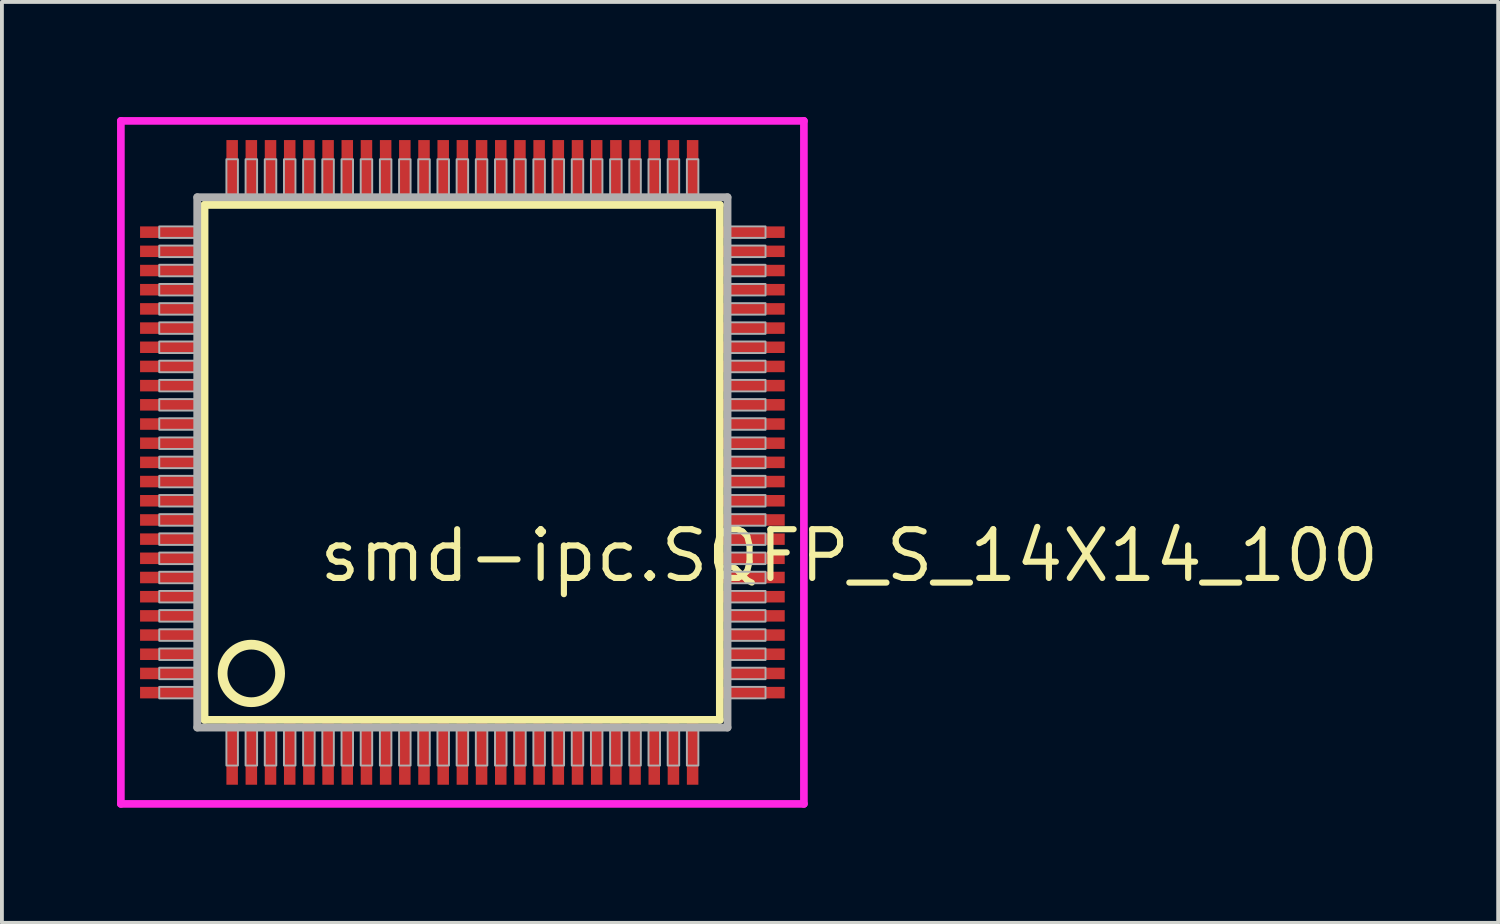
<source format=kicad_pcb>
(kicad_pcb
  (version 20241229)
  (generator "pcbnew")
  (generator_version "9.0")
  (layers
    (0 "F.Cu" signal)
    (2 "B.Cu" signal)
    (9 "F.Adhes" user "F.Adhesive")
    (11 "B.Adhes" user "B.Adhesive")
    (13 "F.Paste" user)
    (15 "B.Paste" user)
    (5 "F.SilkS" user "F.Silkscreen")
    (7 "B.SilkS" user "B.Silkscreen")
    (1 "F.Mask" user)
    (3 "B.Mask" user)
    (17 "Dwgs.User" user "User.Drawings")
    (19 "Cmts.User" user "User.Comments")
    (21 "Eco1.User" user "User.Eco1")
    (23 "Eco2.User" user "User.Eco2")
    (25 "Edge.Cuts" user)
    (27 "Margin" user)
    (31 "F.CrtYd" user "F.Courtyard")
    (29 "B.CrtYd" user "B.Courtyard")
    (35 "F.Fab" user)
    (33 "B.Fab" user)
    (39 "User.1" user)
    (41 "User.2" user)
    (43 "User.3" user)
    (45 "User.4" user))
  (footprint "smd-ipc.SQFP_S_14X14_100"
    (layer "F.Cu")
    (at 9 9)
    (property "Reference" "smd-ipc.SQFP_S_14X14_100" (at -3.81 3.175 0) (layer "F.SilkS") (effects (font (size 1.27 1.27) (thickness 0.16)) (justify left bottom)))
    (attr smd)
    (fp_line (start -6.72 -6.71) (end 6.71 -6.71) (stroke (width 0.203) (type default)) (layer "F.SilkS"))
    (fp_line (start -6.72 6.71) (end -6.72 -6.71) (stroke (width 0.203) (type default)) (layer "F.SilkS"))
    (fp_line (start 6.71 -6.71) (end 6.71 6.71) (stroke (width 0.203) (type default)) (layer "F.SilkS"))
    (fp_line (start 6.71 6.71) (end -6.72 6.71) (stroke (width 0.203) (type default)) (layer "F.SilkS"))
    (fp_circle (center -5.5 5.5) (end -4.75 5.5) (stroke (width 0.254) (type default)) (fill no) (layer "F.SilkS"))
    (fp_line (start -8.9 -8.9) (end 8.9 -8.9) (stroke (width 0.2) (type default)) (layer "F.CrtYd"))
    (fp_line (start -8.9 8.9) (end -8.9 -8.9) (stroke (width 0.2) (type default)) (layer "F.CrtYd"))
    (fp_line (start 8.9 -8.9) (end 8.9 8.9) (stroke (width 0.2) (type default)) (layer "F.CrtYd"))
    (fp_line (start 8.9 8.9) (end -8.9 8.9) (stroke (width 0.2) (type default)) (layer "F.CrtYd"))
    (fp_line (start -6.91 -6.91) (end -6.91 6.91) (stroke (width 0.203) (type default)) (layer "F.Fab"))
    (fp_line (start -6.91 6.91) (end 6.91 6.91) (stroke (width 0.203) (type default)) (layer "F.Fab"))
    (fp_line (start 6.91 -6.91) (end -6.91 -6.91) (stroke (width 0.203) (type default)) (layer "F.Fab"))
    (fp_line (start 6.91 6.91) (end 6.91 -6.91) (stroke (width 0.203) (type default)) (layer "F.Fab"))
    (fp_rect (start -7.9 -5.85) (end -6.95 -6.15) (stroke (width 0.05) (type default)) (fill no) (layer "F.Fab"))
    (fp_rect (start -7.9 -5.35) (end -6.95 -5.65) (stroke (width 0.05) (type default)) (fill no) (layer "F.Fab"))
    (fp_rect (start -7.9 -4.85) (end -6.95 -5.15) (stroke (width 0.05) (type default)) (fill no) (layer "F.Fab"))
    (fp_rect (start -7.9 -4.35) (end -6.95 -4.65) (stroke (width 0.05) (type default)) (fill no) (layer "F.Fab"))
    (fp_rect (start -7.9 -3.85) (end -6.95 -4.15) (stroke (width 0.05) (type default)) (fill no) (layer "F.Fab"))
    (fp_rect (start -7.9 -3.35) (end -6.95 -3.65) (stroke (width 0.05) (type default)) (fill no) (layer "F.Fab"))
    (fp_rect (start -7.9 -2.85) (end -6.95 -3.15) (stroke (width 0.05) (type default)) (fill no) (layer "F.Fab"))
    (fp_rect (start -7.9 -2.35) (end -6.95 -2.65) (stroke (width 0.05) (type default)) (fill no) (layer "F.Fab"))
    (fp_rect (start -7.9 -1.85) (end -6.95 -2.15) (stroke (width 0.05) (type default)) (fill no) (layer "F.Fab"))
    (fp_rect (start -7.9 -1.35) (end -6.95 -1.65) (stroke (width 0.05) (type default)) (fill no) (layer "F.Fab"))
    (fp_rect (start -7.9 -0.85) (end -6.95 -1.15) (stroke (width 0.05) (type default)) (fill no) (layer "F.Fab"))
    (fp_rect (start -7.9 -0.35) (end -6.95 -0.65) (stroke (width 0.05) (type default)) (fill no) (layer "F.Fab"))
    (fp_rect (start -7.9 0.15) (end -6.95 -0.15) (stroke (width 0.05) (type default)) (fill no) (layer "F.Fab"))
    (fp_rect (start -7.9 0.65) (end -6.95 0.35) (stroke (width 0.05) (type default)) (fill no) (layer "F.Fab"))
    (fp_rect (start -7.9 1.15) (end -6.95 0.85) (stroke (width 0.05) (type default)) (fill no) (layer "F.Fab"))
    (fp_rect (start -7.9 1.65) (end -6.95 1.35) (stroke (width 0.05) (type default)) (fill no) (layer "F.Fab"))
    (fp_rect (start -7.9 2.15) (end -6.95 1.85) (stroke (width 0.05) (type default)) (fill no) (layer "F.Fab"))
    (fp_rect (start -7.9 2.65) (end -6.95 2.35) (stroke (width 0.05) (type default)) (fill no) (layer "F.Fab"))
    (fp_rect (start -7.9 3.15) (end -6.95 2.85) (stroke (width 0.05) (type default)) (fill no) (layer "F.Fab"))
    (fp_rect (start -7.9 3.65) (end -6.95 3.35) (stroke (width 0.05) (type default)) (fill no) (layer "F.Fab"))
    (fp_rect (start -7.9 4.15) (end -6.95 3.85) (stroke (width 0.05) (type default)) (fill no) (layer "F.Fab"))
    (fp_rect (start -7.9 4.65) (end -6.95 4.35) (stroke (width 0.05) (type default)) (fill no) (layer "F.Fab"))
    (fp_rect (start -7.9 5.15) (end -6.95 4.85) (stroke (width 0.05) (type default)) (fill no) (layer "F.Fab"))
    (fp_rect (start -7.9 5.65) (end -6.95 5.35) (stroke (width 0.05) (type default)) (fill no) (layer "F.Fab"))
    (fp_rect (start -7.9 6.15) (end -6.95 5.85) (stroke (width 0.05) (type default)) (fill no) (layer "F.Fab"))
    (fp_rect (start -6.15 -6.95) (end -5.85 -7.9) (stroke (width 0.05) (type default)) (fill no) (layer "F.Fab"))
    (fp_rect (start -6.15 7.9) (end -5.85 6.95) (stroke (width 0.05) (type default)) (fill no) (layer "F.Fab"))
    (fp_rect (start -5.65 -6.95) (end -5.35 -7.9) (stroke (width 0.05) (type default)) (fill no) (layer "F.Fab"))
    (fp_rect (start -5.65 7.9) (end -5.35 6.95) (stroke (width 0.05) (type default)) (fill no) (layer "F.Fab"))
    (fp_rect (start -5.15 -6.95) (end -4.85 -7.9) (stroke (width 0.05) (type default)) (fill no) (layer "F.Fab"))
    (fp_rect (start -5.15 7.9) (end -4.85 6.95) (stroke (width 0.05) (type default)) (fill no) (layer "F.Fab"))
    (fp_rect (start -4.65 -6.95) (end -4.35 -7.9) (stroke (width 0.05) (type default)) (fill no) (layer "F.Fab"))
    (fp_rect (start -4.65 7.9) (end -4.35 6.95) (stroke (width 0.05) (type default)) (fill no) (layer "F.Fab"))
    (fp_rect (start -4.15 -6.95) (end -3.85 -7.9) (stroke (width 0.05) (type default)) (fill no) (layer "F.Fab"))
    (fp_rect (start -4.15 7.9) (end -3.85 6.95) (stroke (width 0.05) (type default)) (fill no) (layer "F.Fab"))
    (fp_rect (start -3.65 -6.95) (end -3.35 -7.9) (stroke (width 0.05) (type default)) (fill no) (layer "F.Fab"))
    (fp_rect (start -3.65 7.9) (end -3.35 6.95) (stroke (width 0.05) (type default)) (fill no) (layer "F.Fab"))
    (fp_rect (start -3.15 -6.95) (end -2.85 -7.9) (stroke (width 0.05) (type default)) (fill no) (layer "F.Fab"))
    (fp_rect (start -3.15 7.9) (end -2.85 6.95) (stroke (width 0.05) (type default)) (fill no) (layer "F.Fab"))
    (fp_rect (start -2.65 -6.95) (end -2.35 -7.9) (stroke (width 0.05) (type default)) (fill no) (layer "F.Fab"))
    (fp_rect (start -2.65 7.9) (end -2.35 6.95) (stroke (width 0.05) (type default)) (fill no) (layer "F.Fab"))
    (fp_rect (start -2.15 -6.95) (end -1.85 -7.9) (stroke (width 0.05) (type default)) (fill no) (layer "F.Fab"))
    (fp_rect (start -2.15 7.9) (end -1.85 6.95) (stroke (width 0.05) (type default)) (fill no) (layer "F.Fab"))
    (fp_rect (start -1.65 -6.95) (end -1.35 -7.9) (stroke (width 0.05) (type default)) (fill no) (layer "F.Fab"))
    (fp_rect (start -1.65 7.9) (end -1.35 6.95) (stroke (width 0.05) (type default)) (fill no) (layer "F.Fab"))
    (fp_rect (start -1.15 -6.95) (end -0.85 -7.9) (stroke (width 0.05) (type default)) (fill no) (layer "F.Fab"))
    (fp_rect (start -1.15 7.9) (end -0.85 6.95) (stroke (width 0.05) (type default)) (fill no) (layer "F.Fab"))
    (fp_rect (start -0.65 -6.95) (end -0.35 -7.9) (stroke (width 0.05) (type default)) (fill no) (layer "F.Fab"))
    (fp_rect (start -0.65 7.9) (end -0.35 6.95) (stroke (width 0.05) (type default)) (fill no) (layer "F.Fab"))
    (fp_rect (start -0.15 -6.95) (end 0.15 -7.9) (stroke (width 0.05) (type default)) (fill no) (layer "F.Fab"))
    (fp_rect (start -0.15 7.9) (end 0.15 6.95) (stroke (width 0.05) (type default)) (fill no) (layer "F.Fab"))
    (fp_rect (start 0.35 -6.95) (end 0.65 -7.9) (stroke (width 0.05) (type default)) (fill no) (layer "F.Fab"))
    (fp_rect (start 0.35 7.9) (end 0.65 6.95) (stroke (width 0.05) (type default)) (fill no) (layer "F.Fab"))
    (fp_rect (start 0.85 -6.95) (end 1.15 -7.9) (stroke (width 0.05) (type default)) (fill no) (layer "F.Fab"))
    (fp_rect (start 0.85 7.9) (end 1.15 6.95) (stroke (width 0.05) (type default)) (fill no) (layer "F.Fab"))
    (fp_rect (start 1.35 -6.95) (end 1.65 -7.9) (stroke (width 0.05) (type default)) (fill no) (layer "F.Fab"))
    (fp_rect (start 1.35 7.9) (end 1.65 6.95) (stroke (width 0.05) (type default)) (fill no) (layer "F.Fab"))
    (fp_rect (start 1.85 -6.95) (end 2.15 -7.9) (stroke (width 0.05) (type default)) (fill no) (layer "F.Fab"))
    (fp_rect (start 1.85 7.9) (end 2.15 6.95) (stroke (width 0.05) (type default)) (fill no) (layer "F.Fab"))
    (fp_rect (start 2.35 -6.95) (end 2.65 -7.9) (stroke (width 0.05) (type default)) (fill no) (layer "F.Fab"))
    (fp_rect (start 2.35 7.9) (end 2.65 6.95) (stroke (width 0.05) (type default)) (fill no) (layer "F.Fab"))
    (fp_rect (start 2.85 -6.95) (end 3.15 -7.9) (stroke (width 0.05) (type default)) (fill no) (layer "F.Fab"))
    (fp_rect (start 2.85 7.9) (end 3.15 6.95) (stroke (width 0.05) (type default)) (fill no) (layer "F.Fab"))
    (fp_rect (start 3.35 -6.95) (end 3.65 -7.9) (stroke (width 0.05) (type default)) (fill no) (layer "F.Fab"))
    (fp_rect (start 3.35 7.9) (end 3.65 6.95) (stroke (width 0.05) (type default)) (fill no) (layer "F.Fab"))
    (fp_rect (start 3.85 -6.95) (end 4.15 -7.9) (stroke (width 0.05) (type default)) (fill no) (layer "F.Fab"))
    (fp_rect (start 3.85 7.9) (end 4.15 6.95) (stroke (width 0.05) (type default)) (fill no) (layer "F.Fab"))
    (fp_rect (start 4.35 -6.95) (end 4.65 -7.9) (stroke (width 0.05) (type default)) (fill no) (layer "F.Fab"))
    (fp_rect (start 4.35 7.9) (end 4.65 6.95) (stroke (width 0.05) (type default)) (fill no) (layer "F.Fab"))
    (fp_rect (start 4.85 -6.95) (end 5.15 -7.9) (stroke (width 0.05) (type default)) (fill no) (layer "F.Fab"))
    (fp_rect (start 4.85 7.9) (end 5.15 6.95) (stroke (width 0.05) (type default)) (fill no) (layer "F.Fab"))
    (fp_rect (start 5.35 -6.95) (end 5.65 -7.9) (stroke (width 0.05) (type default)) (fill no) (layer "F.Fab"))
    (fp_rect (start 5.35 7.9) (end 5.65 6.95) (stroke (width 0.05) (type default)) (fill no) (layer "F.Fab"))
    (fp_rect (start 5.85 -6.95) (end 6.15 -7.9) (stroke (width 0.05) (type default)) (fill no) (layer "F.Fab"))
    (fp_rect (start 5.85 7.9) (end 6.15 6.95) (stroke (width 0.05) (type default)) (fill no) (layer "F.Fab"))
    (fp_rect (start 6.95 -5.85) (end 7.9 -6.15) (stroke (width 0.05) (type default)) (fill no) (layer "F.Fab"))
    (fp_rect (start 6.95 -5.35) (end 7.9 -5.65) (stroke (width 0.05) (type default)) (fill no) (layer "F.Fab"))
    (fp_rect (start 6.95 -4.85) (end 7.9 -5.15) (stroke (width 0.05) (type default)) (fill no) (layer "F.Fab"))
    (fp_rect (start 6.95 -4.35) (end 7.9 -4.65) (stroke (width 0.05) (type default)) (fill no) (layer "F.Fab"))
    (fp_rect (start 6.95 -3.85) (end 7.9 -4.15) (stroke (width 0.05) (type default)) (fill no) (layer "F.Fab"))
    (fp_rect (start 6.95 -3.35) (end 7.9 -3.65) (stroke (width 0.05) (type default)) (fill no) (layer "F.Fab"))
    (fp_rect (start 6.95 -2.85) (end 7.9 -3.15) (stroke (width 0.05) (type default)) (fill no) (layer "F.Fab"))
    (fp_rect (start 6.95 -2.35) (end 7.9 -2.65) (stroke (width 0.05) (type default)) (fill no) (layer "F.Fab"))
    (fp_rect (start 6.95 -1.85) (end 7.9 -2.15) (stroke (width 0.05) (type default)) (fill no) (layer "F.Fab"))
    (fp_rect (start 6.95 -1.35) (end 7.9 -1.65) (stroke (width 0.05) (type default)) (fill no) (layer "F.Fab"))
    (fp_rect (start 6.95 -0.85) (end 7.9 -1.15) (stroke (width 0.05) (type default)) (fill no) (layer "F.Fab"))
    (fp_rect (start 6.95 -0.35) (end 7.9 -0.65) (stroke (width 0.05) (type default)) (fill no) (layer "F.Fab"))
    (fp_rect (start 6.95 0.15) (end 7.9 -0.15) (stroke (width 0.05) (type default)) (fill no) (layer "F.Fab"))
    (fp_rect (start 6.95 0.65) (end 7.9 0.35) (stroke (width 0.05) (type default)) (fill no) (layer "F.Fab"))
    (fp_rect (start 6.95 1.15) (end 7.9 0.85) (stroke (width 0.05) (type default)) (fill no) (layer "F.Fab"))
    (fp_rect (start 6.95 1.65) (end 7.9 1.35) (stroke (width 0.05) (type default)) (fill no) (layer "F.Fab"))
    (fp_rect (start 6.95 2.15) (end 7.9 1.85) (stroke (width 0.05) (type default)) (fill no) (layer "F.Fab"))
    (fp_rect (start 6.95 2.65) (end 7.9 2.35) (stroke (width 0.05) (type default)) (fill no) (layer "F.Fab"))
    (fp_rect (start 6.95 3.15) (end 7.9 2.85) (stroke (width 0.05) (type default)) (fill no) (layer "F.Fab"))
    (fp_rect (start 6.95 3.65) (end 7.9 3.35) (stroke (width 0.05) (type default)) (fill no) (layer "F.Fab"))
    (fp_rect (start 6.95 4.15) (end 7.9 3.85) (stroke (width 0.05) (type default)) (fill no) (layer "F.Fab"))
    (fp_rect (start 6.95 4.65) (end 7.9 4.35) (stroke (width 0.05) (type default)) (fill no) (layer "F.Fab"))
    (fp_rect (start 6.95 5.15) (end 7.9 4.85) (stroke (width 0.05) (type default)) (fill no) (layer "F.Fab"))
    (fp_rect (start 6.95 5.65) (end 7.9 5.35) (stroke (width 0.05) (type default)) (fill no) (layer "F.Fab"))
    (fp_rect (start 6.95 6.15) (end 7.9 5.85) (stroke (width 0.05) (type default)) (fill no) (layer "F.Fab"))
    (pad "1" smd roundrect (at -6 7.6) (size 0.3 1.6) (layers "F.Cu" "F.Mask" "F.Paste") (roundrect_rratio 0.01))
    (pad "2" smd roundrect (at -5.5 7.6) (size 0.3 1.6) (layers "F.Cu" "F.Mask" "F.Paste") (roundrect_rratio 0.01))
    (pad "3" smd roundrect (at -5 7.6) (size 0.3 1.6) (layers "F.Cu" "F.Mask" "F.Paste") (roundrect_rratio 0.01))
    (pad "4" smd roundrect (at -4.5 7.6) (size 0.3 1.6) (layers "F.Cu" "F.Mask" "F.Paste") (roundrect_rratio 0.01))
    (pad "5" smd roundrect (at -4 7.6) (size 0.3 1.6) (layers "F.Cu" "F.Mask" "F.Paste") (roundrect_rratio 0.01))
    (pad "6" smd roundrect (at -3.5 7.6) (size 0.3 1.6) (layers "F.Cu" "F.Mask" "F.Paste") (roundrect_rratio 0.01))
    (pad "7" smd roundrect (at -3 7.6) (size 0.3 1.6) (layers "F.Cu" "F.Mask" "F.Paste") (roundrect_rratio 0.01))
    (pad "8" smd roundrect (at -2.5 7.6) (size 0.3 1.6) (layers "F.Cu" "F.Mask" "F.Paste") (roundrect_rratio 0.01))
    (pad "9" smd roundrect (at -2 7.6) (size 0.3 1.6) (layers "F.Cu" "F.Mask" "F.Paste") (roundrect_rratio 0.01))
    (pad "10" smd roundrect (at -1.5 7.6) (size 0.3 1.6) (layers "F.Cu" "F.Mask" "F.Paste") (roundrect_rratio 0.01))
    (pad "11" smd roundrect (at -1 7.6) (size 0.3 1.6) (layers "F.Cu" "F.Mask" "F.Paste") (roundrect_rratio 0.01))
    (pad "12" smd roundrect (at -0.5 7.6) (size 0.3 1.6) (layers "F.Cu" "F.Mask" "F.Paste") (roundrect_rratio 0.01))
    (pad "13" smd roundrect (at 0 7.6) (size 0.3 1.6) (layers "F.Cu" "F.Mask" "F.Paste") (roundrect_rratio 0.01))
    (pad "14" smd roundrect (at 0.5 7.6) (size 0.3 1.6) (layers "F.Cu" "F.Mask" "F.Paste") (roundrect_rratio 0.01))
    (pad "15" smd roundrect (at 1 7.6) (size 0.3 1.6) (layers "F.Cu" "F.Mask" "F.Paste") (roundrect_rratio 0.01))
    (pad "16" smd roundrect (at 1.5 7.6) (size 0.3 1.6) (layers "F.Cu" "F.Mask" "F.Paste") (roundrect_rratio 0.01))
    (pad "17" smd roundrect (at 2 7.6) (size 0.3 1.6) (layers "F.Cu" "F.Mask" "F.Paste") (roundrect_rratio 0.01))
    (pad "18" smd roundrect (at 2.5 7.6) (size 0.3 1.6) (layers "F.Cu" "F.Mask" "F.Paste") (roundrect_rratio 0.01))
    (pad "19" smd roundrect (at 3 7.6) (size 0.3 1.6) (layers "F.Cu" "F.Mask" "F.Paste") (roundrect_rratio 0.01))
    (pad "20" smd roundrect (at 3.5 7.6) (size 0.3 1.6) (layers "F.Cu" "F.Mask" "F.Paste") (roundrect_rratio 0.01))
    (pad "21" smd roundrect (at 4 7.6) (size 0.3 1.6) (layers "F.Cu" "F.Mask" "F.Paste") (roundrect_rratio 0.01))
    (pad "22" smd roundrect (at 4.5 7.6) (size 0.3 1.6) (layers "F.Cu" "F.Mask" "F.Paste") (roundrect_rratio 0.01))
    (pad "23" smd roundrect (at 5 7.6) (size 0.3 1.6) (layers "F.Cu" "F.Mask" "F.Paste") (roundrect_rratio 0.01))
    (pad "24" smd roundrect (at 5.5 7.6) (size 0.3 1.6) (layers "F.Cu" "F.Mask" "F.Paste") (roundrect_rratio 0.01))
    (pad "25" smd roundrect (at 6 7.6) (size 0.3 1.6) (layers "F.Cu" "F.Mask" "F.Paste") (roundrect_rratio 0.01))
    (pad "26" smd roundrect (at 7.6 6) (size 1.6 0.3) (layers "F.Cu" "F.Mask" "F.Paste") (roundrect_rratio 0.01))
    (pad "27" smd roundrect (at 7.6 5.5) (size 1.6 0.3) (layers "F.Cu" "F.Mask" "F.Paste") (roundrect_rratio 0.01))
    (pad "28" smd roundrect (at 7.6 5) (size 1.6 0.3) (layers "F.Cu" "F.Mask" "F.Paste") (roundrect_rratio 0.01))
    (pad "29" smd roundrect (at 7.6 4.5) (size 1.6 0.3) (layers "F.Cu" "F.Mask" "F.Paste") (roundrect_rratio 0.01))
    (pad "30" smd roundrect (at 7.6 4) (size 1.6 0.3) (layers "F.Cu" "F.Mask" "F.Paste") (roundrect_rratio 0.01))
    (pad "31" smd roundrect (at 7.6 3.5) (size 1.6 0.3) (layers "F.Cu" "F.Mask" "F.Paste") (roundrect_rratio 0.01))
    (pad "32" smd roundrect (at 7.6 3) (size 1.6 0.3) (layers "F.Cu" "F.Mask" "F.Paste") (roundrect_rratio 0.01))
    (pad "33" smd roundrect (at 7.6 2.5) (size 1.6 0.3) (layers "F.Cu" "F.Mask" "F.Paste") (roundrect_rratio 0.01))
    (pad "34" smd roundrect (at 7.6 2) (size 1.6 0.3) (layers "F.Cu" "F.Mask" "F.Paste") (roundrect_rratio 0.01))
    (pad "35" smd roundrect (at 7.6 1.5) (size 1.6 0.3) (layers "F.Cu" "F.Mask" "F.Paste") (roundrect_rratio 0.01))
    (pad "36" smd roundrect (at 7.6 1) (size 1.6 0.3) (layers "F.Cu" "F.Mask" "F.Paste") (roundrect_rratio 0.01))
    (pad "37" smd roundrect (at 7.6 0.5) (size 1.6 0.3) (layers "F.Cu" "F.Mask" "F.Paste") (roundrect_rratio 0.01))
    (pad "38" smd roundrect (at 7.6 0) (size 1.6 0.3) (layers "F.Cu" "F.Mask" "F.Paste") (roundrect_rratio 0.01))
    (pad "39" smd roundrect (at 7.6 -0.5) (size 1.6 0.3) (layers "F.Cu" "F.Mask" "F.Paste") (roundrect_rratio 0.01))
    (pad "40" smd roundrect (at 7.6 -1) (size 1.6 0.3) (layers "F.Cu" "F.Mask" "F.Paste") (roundrect_rratio 0.01))
    (pad "41" smd roundrect (at 7.6 -1.5) (size 1.6 0.3) (layers "F.Cu" "F.Mask" "F.Paste") (roundrect_rratio 0.01))
    (pad "42" smd roundrect (at 7.6 -2) (size 1.6 0.3) (layers "F.Cu" "F.Mask" "F.Paste") (roundrect_rratio 0.01))
    (pad "43" smd roundrect (at 7.6 -2.5) (size 1.6 0.3) (layers "F.Cu" "F.Mask" "F.Paste") (roundrect_rratio 0.01))
    (pad "44" smd roundrect (at 7.6 -3) (size 1.6 0.3) (layers "F.Cu" "F.Mask" "F.Paste") (roundrect_rratio 0.01))
    (pad "45" smd roundrect (at 7.6 -3.5) (size 1.6 0.3) (layers "F.Cu" "F.Mask" "F.Paste") (roundrect_rratio 0.01))
    (pad "46" smd roundrect (at 7.6 -4) (size 1.6 0.3) (layers "F.Cu" "F.Mask" "F.Paste") (roundrect_rratio 0.01))
    (pad "47" smd roundrect (at 7.6 -4.5) (size 1.6 0.3) (layers "F.Cu" "F.Mask" "F.Paste") (roundrect_rratio 0.01))
    (pad "48" smd roundrect (at 7.6 -5) (size 1.6 0.3) (layers "F.Cu" "F.Mask" "F.Paste") (roundrect_rratio 0.01))
    (pad "49" smd roundrect (at 7.6 -5.5) (size 1.6 0.3) (layers "F.Cu" "F.Mask" "F.Paste") (roundrect_rratio 0.01))
    (pad "50" smd roundrect (at 7.6 -6) (size 1.6 0.3) (layers "F.Cu" "F.Mask" "F.Paste") (roundrect_rratio 0.01))
    (pad "51" smd roundrect (at 6 -7.6) (size 0.3 1.6) (layers "F.Cu" "F.Mask" "F.Paste") (roundrect_rratio 0.01))
    (pad "52" smd roundrect (at 5.5 -7.6) (size 0.3 1.6) (layers "F.Cu" "F.Mask" "F.Paste") (roundrect_rratio 0.01))
    (pad "53" smd roundrect (at 5 -7.6) (size 0.3 1.6) (layers "F.Cu" "F.Mask" "F.Paste") (roundrect_rratio 0.01))
    (pad "54" smd roundrect (at 4.5 -7.6) (size 0.3 1.6) (layers "F.Cu" "F.Mask" "F.Paste") (roundrect_rratio 0.01))
    (pad "55" smd roundrect (at 4 -7.6) (size 0.3 1.6) (layers "F.Cu" "F.Mask" "F.Paste") (roundrect_rratio 0.01))
    (pad "56" smd roundrect (at 3.5 -7.6) (size 0.3 1.6) (layers "F.Cu" "F.Mask" "F.Paste") (roundrect_rratio 0.01))
    (pad "57" smd roundrect (at 3 -7.6) (size 0.3 1.6) (layers "F.Cu" "F.Mask" "F.Paste") (roundrect_rratio 0.01))
    (pad "58" smd roundrect (at 2.5 -7.6) (size 0.3 1.6) (layers "F.Cu" "F.Mask" "F.Paste") (roundrect_rratio 0.01))
    (pad "59" smd roundrect (at 2 -7.6) (size 0.3 1.6) (layers "F.Cu" "F.Mask" "F.Paste") (roundrect_rratio 0.01))
    (pad "60" smd roundrect (at 1.5 -7.6) (size 0.3 1.6) (layers "F.Cu" "F.Mask" "F.Paste") (roundrect_rratio 0.01))
    (pad "61" smd roundrect (at 1 -7.6) (size 0.3 1.6) (layers "F.Cu" "F.Mask" "F.Paste") (roundrect_rratio 0.01))
    (pad "62" smd roundrect (at 0.5 -7.6) (size 0.3 1.6) (layers "F.Cu" "F.Mask" "F.Paste") (roundrect_rratio 0.01))
    (pad "63" smd roundrect (at 0 -7.6) (size 0.3 1.6) (layers "F.Cu" "F.Mask" "F.Paste") (roundrect_rratio 0.01))
    (pad "64" smd roundrect (at -0.5 -7.6) (size 0.3 1.6) (layers "F.Cu" "F.Mask" "F.Paste") (roundrect_rratio 0.01))
    (pad "65" smd roundrect (at -1 -7.6) (size 0.3 1.6) (layers "F.Cu" "F.Mask" "F.Paste") (roundrect_rratio 0.01))
    (pad "66" smd roundrect (at -1.5 -7.6) (size 0.3 1.6) (layers "F.Cu" "F.Mask" "F.Paste") (roundrect_rratio 0.01))
    (pad "67" smd roundrect (at -2 -7.6) (size 0.3 1.6) (layers "F.Cu" "F.Mask" "F.Paste") (roundrect_rratio 0.01))
    (pad "68" smd roundrect (at -2.5 -7.6) (size 0.3 1.6) (layers "F.Cu" "F.Mask" "F.Paste") (roundrect_rratio 0.01))
    (pad "69" smd roundrect (at -3 -7.6) (size 0.3 1.6) (layers "F.Cu" "F.Mask" "F.Paste") (roundrect_rratio 0.01))
    (pad "70" smd roundrect (at -3.5 -7.6) (size 0.3 1.6) (layers "F.Cu" "F.Mask" "F.Paste") (roundrect_rratio 0.01))
    (pad "71" smd roundrect (at -4 -7.6) (size 0.3 1.6) (layers "F.Cu" "F.Mask" "F.Paste") (roundrect_rratio 0.01))
    (pad "72" smd roundrect (at -4.5 -7.6) (size 0.3 1.6) (layers "F.Cu" "F.Mask" "F.Paste") (roundrect_rratio 0.01))
    (pad "73" smd roundrect (at -5 -7.6) (size 0.3 1.6) (layers "F.Cu" "F.Mask" "F.Paste") (roundrect_rratio 0.01))
    (pad "74" smd roundrect (at -5.5 -7.6) (size 0.3 1.6) (layers "F.Cu" "F.Mask" "F.Paste") (roundrect_rratio 0.01))
    (pad "75" smd roundrect (at -6 -7.6) (size 0.3 1.6) (layers "F.Cu" "F.Mask" "F.Paste") (roundrect_rratio 0.01))
    (pad "76" smd roundrect (at -7.6 -6) (size 1.6 0.3) (layers "F.Cu" "F.Mask" "F.Paste") (roundrect_rratio 0.01))
    (pad "77" smd roundrect (at -7.6 -5.5) (size 1.6 0.3) (layers "F.Cu" "F.Mask" "F.Paste") (roundrect_rratio 0.01))
    (pad "78" smd roundrect (at -7.6 -5) (size 1.6 0.3) (layers "F.Cu" "F.Mask" "F.Paste") (roundrect_rratio 0.01))
    (pad "79" smd roundrect (at -7.6 -4.5) (size 1.6 0.3) (layers "F.Cu" "F.Mask" "F.Paste") (roundrect_rratio 0.01))
    (pad "80" smd roundrect (at -7.6 -4) (size 1.6 0.3) (layers "F.Cu" "F.Mask" "F.Paste") (roundrect_rratio 0.01))
    (pad "81" smd roundrect (at -7.6 -3.5) (size 1.6 0.3) (layers "F.Cu" "F.Mask" "F.Paste") (roundrect_rratio 0.01))
    (pad "82" smd roundrect (at -7.6 -3) (size 1.6 0.3) (layers "F.Cu" "F.Mask" "F.Paste") (roundrect_rratio 0.01))
    (pad "83" smd roundrect (at -7.6 -2.5) (size 1.6 0.3) (layers "F.Cu" "F.Mask" "F.Paste") (roundrect_rratio 0.01))
    (pad "84" smd roundrect (at -7.6 -2) (size 1.6 0.3) (layers "F.Cu" "F.Mask" "F.Paste") (roundrect_rratio 0.01))
    (pad "85" smd roundrect (at -7.6 -1.5) (size 1.6 0.3) (layers "F.Cu" "F.Mask" "F.Paste") (roundrect_rratio 0.01))
    (pad "86" smd roundrect (at -7.6 -1) (size 1.6 0.3) (layers "F.Cu" "F.Mask" "F.Paste") (roundrect_rratio 0.01))
    (pad "87" smd roundrect (at -7.6 -0.5) (size 1.6 0.3) (layers "F.Cu" "F.Mask" "F.Paste") (roundrect_rratio 0.01))
    (pad "88" smd roundrect (at -7.6 0) (size 1.6 0.3) (layers "F.Cu" "F.Mask" "F.Paste") (roundrect_rratio 0.01))
    (pad "89" smd roundrect (at -7.6 0.5) (size 1.6 0.3) (layers "F.Cu" "F.Mask" "F.Paste") (roundrect_rratio 0.01))
    (pad "90" smd roundrect (at -7.6 1) (size 1.6 0.3) (layers "F.Cu" "F.Mask" "F.Paste") (roundrect_rratio 0.01))
    (pad "91" smd roundrect (at -7.6 1.5) (size 1.6 0.3) (layers "F.Cu" "F.Mask" "F.Paste") (roundrect_rratio 0.01))
    (pad "92" smd roundrect (at -7.6 2) (size 1.6 0.3) (layers "F.Cu" "F.Mask" "F.Paste") (roundrect_rratio 0.01))
    (pad "93" smd roundrect (at -7.6 2.5) (size 1.6 0.3) (layers "F.Cu" "F.Mask" "F.Paste") (roundrect_rratio 0.01))
    (pad "94" smd roundrect (at -7.6 3) (size 1.6 0.3) (layers "F.Cu" "F.Mask" "F.Paste") (roundrect_rratio 0.01))
    (pad "95" smd roundrect (at -7.6 3.5) (size 1.6 0.3) (layers "F.Cu" "F.Mask" "F.Paste") (roundrect_rratio 0.01))
    (pad "96" smd roundrect (at -7.6 4) (size 1.6 0.3) (layers "F.Cu" "F.Mask" "F.Paste") (roundrect_rratio 0.01))
    (pad "97" smd roundrect (at -7.6 4.5) (size 1.6 0.3) (layers "F.Cu" "F.Mask" "F.Paste") (roundrect_rratio 0.01))
    (pad "98" smd roundrect (at -7.6 5) (size 1.6 0.3) (layers "F.Cu" "F.Mask" "F.Paste") (roundrect_rratio 0.01))
    (pad "99" smd roundrect (at -7.6 5.5) (size 1.6 0.3) (layers "F.Cu" "F.Mask" "F.Paste") (roundrect_rratio 0.01))
    (pad "100" smd roundrect (at -7.6 6) (size 1.6 0.3) (layers "F.Cu" "F.Mask" "F.Paste") (roundrect_rratio 0.01)))
  (gr_rect
    (start -3 -3)
    (end 35.993 21)
    (stroke (width 0.1) (type default))
    (fill no)
    (layer "Edge.Cuts")))
</source>
